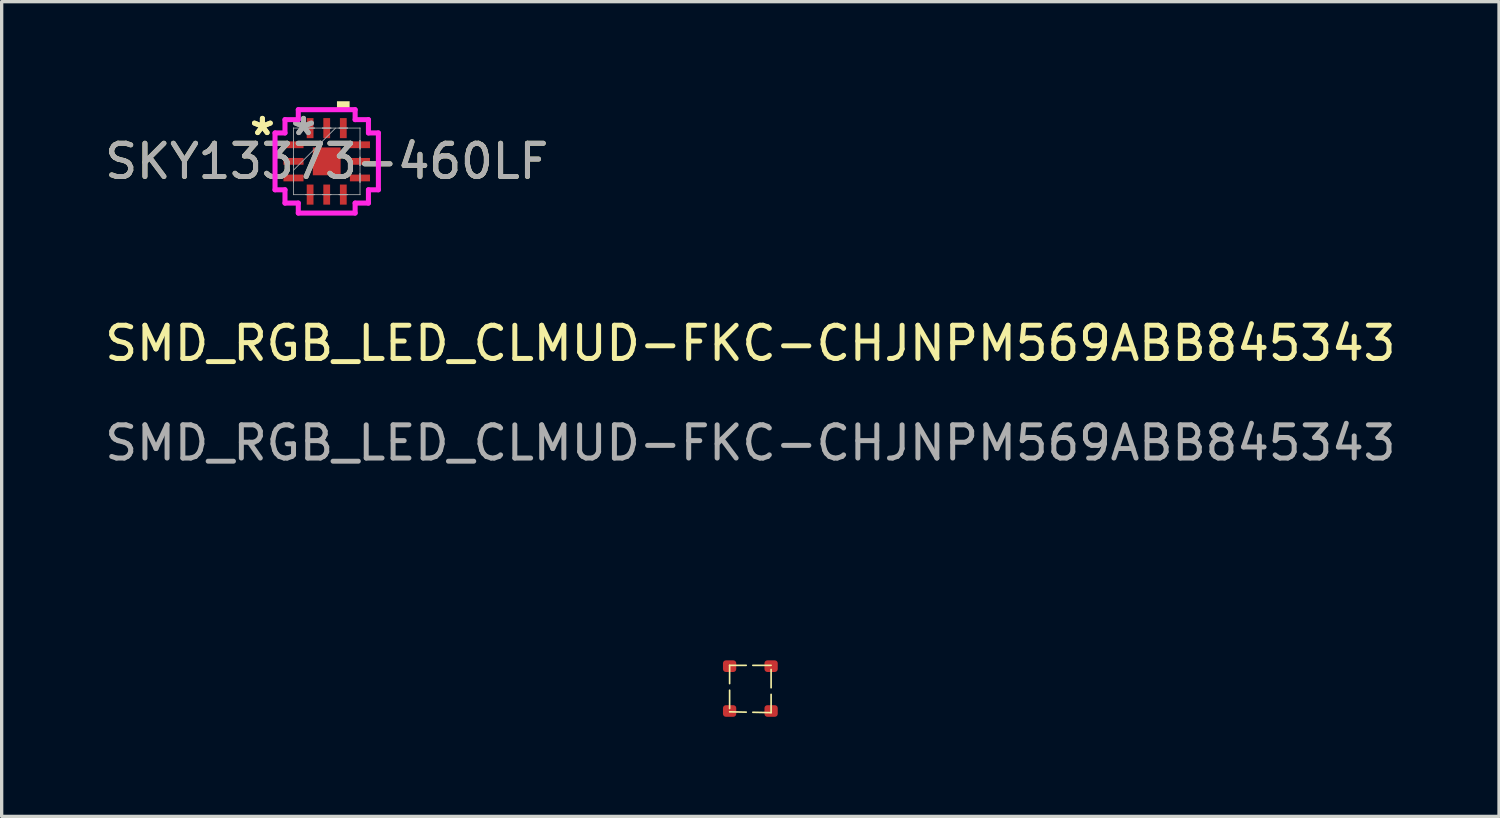
<source format=kicad_pcb>
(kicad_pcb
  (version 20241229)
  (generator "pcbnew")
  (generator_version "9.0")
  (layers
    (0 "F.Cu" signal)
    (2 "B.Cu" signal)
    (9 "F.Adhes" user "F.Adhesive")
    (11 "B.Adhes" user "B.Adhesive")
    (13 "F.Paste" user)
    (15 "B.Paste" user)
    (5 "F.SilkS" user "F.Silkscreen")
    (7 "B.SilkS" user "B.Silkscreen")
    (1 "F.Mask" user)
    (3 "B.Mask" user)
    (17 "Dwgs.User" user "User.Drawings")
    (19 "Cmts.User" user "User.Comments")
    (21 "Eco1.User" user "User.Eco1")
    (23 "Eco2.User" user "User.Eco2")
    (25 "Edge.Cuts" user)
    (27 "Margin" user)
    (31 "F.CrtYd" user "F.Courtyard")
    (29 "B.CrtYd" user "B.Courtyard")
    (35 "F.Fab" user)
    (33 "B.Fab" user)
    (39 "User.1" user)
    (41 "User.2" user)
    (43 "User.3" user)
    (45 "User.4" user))
  (footprint "SMD_RGB_LED_CLMUD-FKC-CHJNPM569ABB845343"
    (layer "F.Cu")
    (at 19.554 17.693)
    (property "Reference" "SMD_RGB_LED_CLMUD-FKC-CHJNPM569ABB845343" (at 0 -10.4 0) (unlocked yes) (layer "F.SilkS") (effects (font (size 1 1) (thickness 0.15))))
    (attr smd)
    (fp_line (start -0.625 -0.7) (end -0.625 0.7) (stroke (width 0.05) (type dash)) (layer "F.SilkS"))
    (fp_line (start 0.625 -0.7) (end -0.625 -0.7) (stroke (width 0.05) (type dash)) (layer "F.SilkS"))
    (fp_line (start 0.625 0.725) (end -0.625 0.7) (stroke (width 0.05) (type dash)) (layer "F.SilkS"))
    (fp_line (start 0.625 0.725) (end 0.625 -0.7) (stroke (width 0.05) (type dash)) (layer "F.SilkS"))
    (fp_text user "${REFERENCE}" (at 0 -7.4 0) (unlocked yes) (layer "F.Fab") (effects (font (size 1 1) (thickness 0.15))))
    (pad "1" smd roundrect (at -0.625 -0.675) (size 0.4 0.35) (layers "F.Cu" "F.Mask" "F.Paste") (roundrect_rratio 0.25))
    (pad "2" smd roundrect (at -0.625 0.675) (size 0.4 0.35) (layers "F.Cu" "F.Mask" "F.Paste") (roundrect_rratio 0.25))
    (pad "3" smd roundrect (at 0.625 0.675) (size 0.4 0.35) (layers "F.Cu" "F.Mask" "F.Paste") (roundrect_rratio 0.25))
    (pad "4" smd roundrect (at 0.625 -0.675) (size 0.4 0.35) (layers "F.Cu" "F.Mask" "F.Paste") (roundrect_rratio 0.25)))
  (footprint "SKY13373-460LF"
    (layer "F.Cu")
    (at 6.792 1.811)
    (property "Reference" "SKY13373-460LF" (at 0 0 0) (unlocked yes) (layer "F.SilkS") (effects (font (size 1 1) (thickness 0.15))))
    (attr smd)
    (fp_poly (pts (xy 0.309 -1.557) (xy 0.309 -1.811) (xy 0.69 -1.811) (xy 0.69 -1.557)) (stroke (width 0) (type solid)) (fill yes) (layer "F.SilkS"))
    (fp_line (start -1.557 -0.856) (end -1.257 -0.856) (stroke (width 0.152) (type solid)) (layer "F.CrtYd"))
    (fp_line (start -1.557 0.856) (end -1.557 -0.856) (stroke (width 0.152) (type solid)) (layer "F.CrtYd"))
    (fp_line (start -1.257 -1.257) (end -0.856 -1.257) (stroke (width 0.152) (type solid)) (layer "F.CrtYd"))
    (fp_line (start -1.257 -0.856) (end -1.257 -1.257) (stroke (width 0.152) (type solid)) (layer "F.CrtYd"))
    (fp_line (start -1.257 0.856) (end -1.557 0.856) (stroke (width 0.152) (type solid)) (layer "F.CrtYd"))
    (fp_line (start -1.257 1.257) (end -1.257 0.856) (stroke (width 0.152) (type solid)) (layer "F.CrtYd"))
    (fp_line (start -0.856 -1.557) (end 0.856 -1.557) (stroke (width 0.152) (type solid)) (layer "F.CrtYd"))
    (fp_line (start -0.856 -1.257) (end -0.856 -1.557) (stroke (width 0.152) (type solid)) (layer "F.CrtYd"))
    (fp_line (start -0.856 1.257) (end -1.257 1.257) (stroke (width 0.152) (type solid)) (layer "F.CrtYd"))
    (fp_line (start -0.856 1.557) (end -0.856 1.257) (stroke (width 0.152) (type solid)) (layer "F.CrtYd"))
    (fp_line (start 0.856 -1.557) (end 0.856 -1.257) (stroke (width 0.152) (type solid)) (layer "F.CrtYd"))
    (fp_line (start 0.856 -1.257) (end 1.257 -1.257) (stroke (width 0.152) (type solid)) (layer "F.CrtYd"))
    (fp_line (start 0.856 1.257) (end 0.856 1.557) (stroke (width 0.152) (type solid)) (layer "F.CrtYd"))
    (fp_line (start 0.856 1.557) (end -0.856 1.557) (stroke (width 0.152) (type solid)) (layer "F.CrtYd"))
    (fp_line (start 1.257 -1.257) (end 1.257 -0.856) (stroke (width 0.152) (type solid)) (layer "F.CrtYd"))
    (fp_line (start 1.257 -0.856) (end 1.557 -0.856) (stroke (width 0.152) (type solid)) (layer "F.CrtYd"))
    (fp_line (start 1.257 0.856) (end 1.257 1.257) (stroke (width 0.152) (type solid)) (layer "F.CrtYd"))
    (fp_line (start 1.257 1.257) (end 0.856 1.257) (stroke (width 0.152) (type solid)) (layer "F.CrtYd"))
    (fp_line (start 1.557 -0.856) (end 1.557 0.856) (stroke (width 0.152) (type solid)) (layer "F.CrtYd"))
    (fp_line (start 1.557 0.856) (end 1.257 0.856) (stroke (width 0.152) (type solid)) (layer "F.CrtYd"))
    (fp_line (start -1.003 -1.003) (end -1.003 -1.003) (stroke (width 0.025) (type solid)) (layer "F.Fab"))
    (fp_line (start -1.003 -1.003) (end -1.003 1.003) (stroke (width 0.025) (type solid)) (layer "F.Fab"))
    (fp_line (start -1.003 -0.627) (end -1.003 -0.627) (stroke (width 0.025) (type solid)) (layer "F.Fab"))
    (fp_line (start -1.003 -0.627) (end -1.003 -0.373) (stroke (width 0.025) (type solid)) (layer "F.Fab"))
    (fp_line (start -1.003 -0.373) (end -1.003 -0.627) (stroke (width 0.025) (type solid)) (layer "F.Fab"))
    (fp_line (start -1.003 -0.373) (end -1.003 -0.373) (stroke (width 0.025) (type solid)) (layer "F.Fab"))
    (fp_line (start -1.003 -0.127) (end -1.003 -0.127) (stroke (width 0.025) (type solid)) (layer "F.Fab"))
    (fp_line (start -1.003 -0.127) (end -1.003 0.127) (stroke (width 0.025) (type solid)) (layer "F.Fab"))
    (fp_line (start -1.003 0.127) (end -1.003 -0.127) (stroke (width 0.025) (type solid)) (layer "F.Fab"))
    (fp_line (start -1.003 0.127) (end -1.003 0.127) (stroke (width 0.025) (type solid)) (layer "F.Fab"))
    (fp_line (start -1.003 0.267) (end 0.267 -1.003) (stroke (width 0.025) (type solid)) (layer "F.Fab"))
    (fp_line (start -1.003 0.373) (end -1.003 0.373) (stroke (width 0.025) (type solid)) (layer "F.Fab"))
    (fp_line (start -1.003 0.373) (end -1.003 0.627) (stroke (width 0.025) (type solid)) (layer "F.Fab"))
    (fp_line (start -1.003 0.627) (end -1.003 0.373) (stroke (width 0.025) (type solid)) (layer "F.Fab"))
    (fp_line (start -1.003 0.627) (end -1.003 0.627) (stroke (width 0.025) (type solid)) (layer "F.Fab"))
    (fp_line (start -1.003 1.003) (end -1.003 1.003) (stroke (width 0.025) (type solid)) (layer "F.Fab"))
    (fp_line (start -1.003 1.003) (end 1.003 1.003) (stroke (width 0.025) (type solid)) (layer "F.Fab"))
    (fp_line (start -0.627 -1.003) (end -0.627 -1.003) (stroke (width 0.025) (type solid)) (layer "F.Fab"))
    (fp_line (start -0.627 -1.003) (end -0.373 -1.003) (stroke (width 0.025) (type solid)) (layer "F.Fab"))
    (fp_line (start -0.627 1.003) (end -0.627 1.003) (stroke (width 0.025) (type solid)) (layer "F.Fab"))
    (fp_line (start -0.627 1.003) (end -0.373 1.003) (stroke (width 0.025) (type solid)) (layer "F.Fab"))
    (fp_line (start -0.373 -1.003) (end -0.627 -1.003) (stroke (width 0.025) (type solid)) (layer "F.Fab"))
    (fp_line (start -0.373 -1.003) (end -0.373 -1.003) (stroke (width 0.025) (type solid)) (layer "F.Fab"))
    (fp_line (start -0.373 1.003) (end -0.627 1.003) (stroke (width 0.025) (type solid)) (layer "F.Fab"))
    (fp_line (start -0.373 1.003) (end -0.373 1.003) (stroke (width 0.025) (type solid)) (layer "F.Fab"))
    (fp_line (start -0.127 -1.003) (end -0.127 -1.003) (stroke (width 0.025) (type solid)) (layer "F.Fab"))
    (fp_line (start -0.127 -1.003) (end 0.127 -1.003) (stroke (width 0.025) (type solid)) (layer "F.Fab"))
    (fp_line (start -0.127 1.003) (end -0.127 1.003) (stroke (width 0.025) (type solid)) (layer "F.Fab"))
    (fp_line (start -0.127 1.003) (end 0.127 1.003) (stroke (width 0.025) (type solid)) (layer "F.Fab"))
    (fp_line (start 0.127 -1.003) (end -0.127 -1.003) (stroke (width 0.025) (type solid)) (layer "F.Fab"))
    (fp_line (start 0.127 -1.003) (end 0.127 -1.003) (stroke (width 0.025) (type solid)) (layer "F.Fab"))
    (fp_line (start 0.127 1.003) (end -0.127 1.003) (stroke (width 0.025) (type solid)) (layer "F.Fab"))
    (fp_line (start 0.127 1.003) (end 0.127 1.003) (stroke (width 0.025) (type solid)) (layer "F.Fab"))
    (fp_line (start 0.373 -1.003) (end 0.373 -1.003) (stroke (width 0.025) (type solid)) (layer "F.Fab"))
    (fp_line (start 0.373 -1.003) (end 0.627 -1.003) (stroke (width 0.025) (type solid)) (layer "F.Fab"))
    (fp_line (start 0.373 1.003) (end 0.373 1.003) (stroke (width 0.025) (type solid)) (layer "F.Fab"))
    (fp_line (start 0.373 1.003) (end 0.627 1.003) (stroke (width 0.025) (type solid)) (layer "F.Fab"))
    (fp_line (start 0.627 -1.003) (end 0.373 -1.003) (stroke (width 0.025) (type solid)) (layer "F.Fab"))
    (fp_line (start 0.627 -1.003) (end 0.627 -1.003) (stroke (width 0.025) (type solid)) (layer "F.Fab"))
    (fp_line (start 0.627 1.003) (end 0.373 1.003) (stroke (width 0.025) (type solid)) (layer "F.Fab"))
    (fp_line (start 0.627 1.003) (end 0.627 1.003) (stroke (width 0.025) (type solid)) (layer "F.Fab"))
    (fp_line (start 1.003 -1.003) (end -1.003 -1.003) (stroke (width 0.025) (type solid)) (layer "F.Fab"))
    (fp_line (start 1.003 -1.003) (end 1.003 -1.003) (stroke (width 0.025) (type solid)) (layer "F.Fab"))
    (fp_line (start 1.003 -0.627) (end 1.003 -0.627) (stroke (width 0.025) (type solid)) (layer "F.Fab"))
    (fp_line (start 1.003 -0.627) (end 1.003 -0.373) (stroke (width 0.025) (type solid)) (layer "F.Fab"))
    (fp_line (start 1.003 -0.373) (end 1.003 -0.627) (stroke (width 0.025) (type solid)) (layer "F.Fab"))
    (fp_line (start 1.003 -0.373) (end 1.003 -0.373) (stroke (width 0.025) (type solid)) (layer "F.Fab"))
    (fp_line (start 1.003 -0.127) (end 1.003 -0.127) (stroke (width 0.025) (type solid)) (layer "F.Fab"))
    (fp_line (start 1.003 -0.127) (end 1.003 0.127) (stroke (width 0.025) (type solid)) (layer "F.Fab"))
    (fp_line (start 1.003 0.127) (end 1.003 -0.127) (stroke (width 0.025) (type solid)) (layer "F.Fab"))
    (fp_line (start 1.003 0.127) (end 1.003 0.127) (stroke (width 0.025) (type solid)) (layer "F.Fab"))
    (fp_line (start 1.003 0.373) (end 1.003 0.373) (stroke (width 0.025) (type solid)) (layer "F.Fab"))
    (fp_line (start 1.003 0.373) (end 1.003 0.627) (stroke (width 0.025) (type solid)) (layer "F.Fab"))
    (fp_line (start 1.003 0.627) (end 1.003 0.373) (stroke (width 0.025) (type solid)) (layer "F.Fab"))
    (fp_line (start 1.003 0.627) (end 1.003 0.627) (stroke (width 0.025) (type solid)) (layer "F.Fab"))
    (fp_line (start 1.003 1.003) (end 1.003 -1.003) (stroke (width 0.025) (type solid)) (layer "F.Fab"))
    (fp_line (start 1.003 1.003) (end 1.003 1.003) (stroke (width 0.025) (type solid)) (layer "F.Fab"))
    (fp_text user "*" (at -1.938 -0.75 0) (unlocked yes) (layer "F.SilkS") (effects (font (size 1 1) (thickness 0.15))))
    (fp_text user "*" (at -1.938 -0.75 0) (layer "F.SilkS") (effects (font (size 1 1) (thickness 0.15))))
    (fp_text user "*" (at -0.699 -0.75 0) (unlocked yes) (layer "F.Fab") (effects (font (size 1 1) (thickness 0.15))))
    (fp_text user "*" (at -0.699 -0.75 0) (layer "F.Fab") (effects (font (size 1 1) (thickness 0.15))))
    (fp_text user "${REFERENCE}" (at 0 0 0) (unlocked yes) (layer "F.Fab") (effects (font (size 1 1) (thickness 0.15))))
    (pad "1" smd rect (at -1.001 -0.5 90) (size 0.204 0.605) (layers "F.Cu" "F.Mask" "F.Paste"))
    (pad "2" smd rect (at -1.001 0 90) (size 0.204 0.605) (layers "F.Cu" "F.Mask" "F.Paste"))
    (pad "3" smd rect (at -1.001 0.5 90) (size 0.204 0.605) (layers "F.Cu" "F.Mask" "F.Paste"))
    (pad "4" smd rect (at -0.5 1.001) (size 0.204 0.605) (layers "F.Cu" "F.Mask" "F.Paste"))
    (pad "5" smd rect (at 0 1.001) (size 0.204 0.605) (layers "F.Cu" "F.Mask" "F.Paste"))
    (pad "6" smd rect (at 0.5 1.001) (size 0.204 0.605) (layers "F.Cu" "F.Mask" "F.Paste"))
    (pad "7" smd rect (at 1.001 0.5 90) (size 0.204 0.605) (layers "F.Cu" "F.Mask" "F.Paste"))
    (pad "8" smd rect (at 1.001 0 90) (size 0.204 0.605) (layers "F.Cu" "F.Mask" "F.Paste"))
    (pad "9" smd rect (at 1.001 -0.5 90) (size 0.204 0.605) (layers "F.Cu" "F.Mask" "F.Paste"))
    (pad "10" smd rect (at 0.5 -1.001) (size 0.204 0.605) (layers "F.Cu" "F.Mask" "F.Paste"))
    (pad "11" smd rect (at 0 -1.001) (size 0.204 0.605) (layers "F.Cu" "F.Mask" "F.Paste"))
    (pad "12" smd rect (at -0.5 -1.001) (size 0.204 0.605) (layers "F.Cu" "F.Mask" "F.Paste"))
    (pad "13" smd rect (at 0 0) (size 0.838 0.838) (layers "F.Cu" "F.Mask" "F.Paste")))
  (gr_rect
    (start -3 -3)
    (end 42.107 21.543)
    (stroke (width 0.1) (type default))
    (fill no)
    (layer "Edge.Cuts")))
</source>
